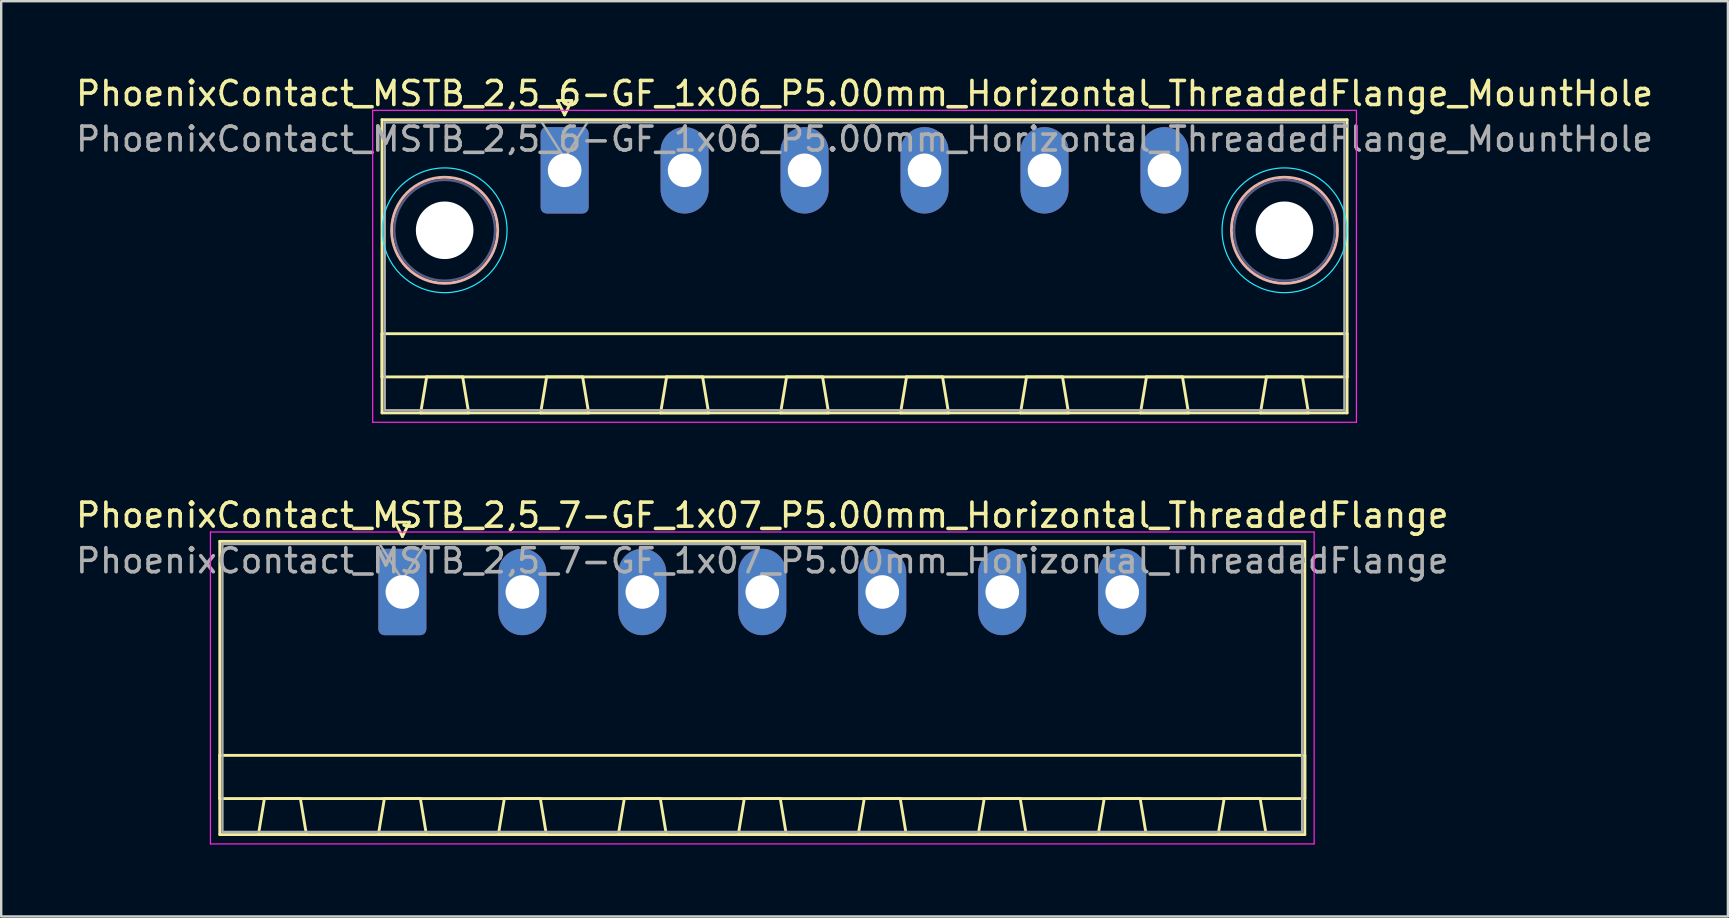
<source format=kicad_pcb>
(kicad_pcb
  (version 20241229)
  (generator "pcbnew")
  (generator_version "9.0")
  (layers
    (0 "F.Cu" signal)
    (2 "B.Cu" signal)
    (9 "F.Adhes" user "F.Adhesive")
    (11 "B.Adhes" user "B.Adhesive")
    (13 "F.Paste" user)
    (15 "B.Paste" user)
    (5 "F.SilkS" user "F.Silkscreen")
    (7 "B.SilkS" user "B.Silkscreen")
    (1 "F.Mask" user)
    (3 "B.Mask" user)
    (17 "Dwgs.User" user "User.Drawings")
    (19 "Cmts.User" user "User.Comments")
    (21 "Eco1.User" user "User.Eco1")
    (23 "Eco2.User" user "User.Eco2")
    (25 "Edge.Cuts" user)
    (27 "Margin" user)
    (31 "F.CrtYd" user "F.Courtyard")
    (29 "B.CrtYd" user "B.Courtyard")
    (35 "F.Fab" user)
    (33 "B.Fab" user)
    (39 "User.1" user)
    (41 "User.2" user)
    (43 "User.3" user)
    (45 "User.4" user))
  (footprint "PhoenixContact_MSTB_2,5_6-GF_1x06_P5.00mm_Horizontal_ThreadedFlange_MountHole"
    (layer "F.Cu")
    (at 20.482 4.048)
    (property "Reference" "PhoenixContact_MSTB_2,5_6-GF_1x06_P5.00mm_Horizontal_ThreadedFlange_MountHole" (at 12.5 -3.2 0) (layer "F.SilkS") (effects (font (size 1 1) (thickness 0.15))))
    (attr through_hole)
    (fp_line (start -7.61 -2.11) (end -7.61 10.11) (stroke (width 0.12) (type solid)) (layer "F.SilkS"))
    (fp_line (start -7.61 6.81) (end 32.61 6.81) (stroke (width 0.12) (type solid)) (layer "F.SilkS"))
    (fp_line (start -7.61 8.61) (end -7.61 6.81) (stroke (width 0.12) (type solid)) (layer "F.SilkS"))
    (fp_line (start -7.61 10.11) (end 32.61 10.11) (stroke (width 0.12) (type solid)) (layer "F.SilkS"))
    (fp_line (start -6 10.11) (end -4 10.11) (stroke (width 0.12) (type solid)) (layer "F.SilkS"))
    (fp_line (start -5.75 8.61) (end -6 10.11) (stroke (width 0.12) (type solid)) (layer "F.SilkS"))
    (fp_line (start -4.25 8.61) (end -5.75 8.61) (stroke (width 0.12) (type solid)) (layer "F.SilkS"))
    (fp_line (start -4 10.11) (end -4.25 8.61) (stroke (width 0.12) (type solid)) (layer "F.SilkS"))
    (fp_line (start -1 10.11) (end 1 10.11) (stroke (width 0.12) (type solid)) (layer "F.SilkS"))
    (fp_line (start -0.75 8.61) (end -1 10.11) (stroke (width 0.12) (type solid)) (layer "F.SilkS"))
    (fp_line (start -0.3 -2.91) (end 0.3 -2.91) (stroke (width 0.12) (type solid)) (layer "F.SilkS"))
    (fp_line (start 0 -2.31) (end -0.3 -2.91) (stroke (width 0.12) (type solid)) (layer "F.SilkS"))
    (fp_line (start 0.3 -2.91) (end 0 -2.31) (stroke (width 0.12) (type solid)) (layer "F.SilkS"))
    (fp_line (start 0.75 8.61) (end -0.75 8.61) (stroke (width 0.12) (type solid)) (layer "F.SilkS"))
    (fp_line (start 1 10.11) (end 0.75 8.61) (stroke (width 0.12) (type solid)) (layer "F.SilkS"))
    (fp_line (start 4 10.11) (end 6 10.11) (stroke (width 0.12) (type solid)) (layer "F.SilkS"))
    (fp_line (start 4.25 8.61) (end 4 10.11) (stroke (width 0.12) (type solid)) (layer "F.SilkS"))
    (fp_line (start 5.75 8.61) (end 4.25 8.61) (stroke (width 0.12) (type solid)) (layer "F.SilkS"))
    (fp_line (start 6 10.11) (end 5.75 8.61) (stroke (width 0.12) (type solid)) (layer "F.SilkS"))
    (fp_line (start 9 10.11) (end 11 10.11) (stroke (width 0.12) (type solid)) (layer "F.SilkS"))
    (fp_line (start 9.25 8.61) (end 9 10.11) (stroke (width 0.12) (type solid)) (layer "F.SilkS"))
    (fp_line (start 10.75 8.61) (end 9.25 8.61) (stroke (width 0.12) (type solid)) (layer "F.SilkS"))
    (fp_line (start 11 10.11) (end 10.75 8.61) (stroke (width 0.12) (type solid)) (layer "F.SilkS"))
    (fp_line (start 14 10.11) (end 16 10.11) (stroke (width 0.12) (type solid)) (layer "F.SilkS"))
    (fp_line (start 14.25 8.61) (end 14 10.11) (stroke (width 0.12) (type solid)) (layer "F.SilkS"))
    (fp_line (start 15.75 8.61) (end 14.25 8.61) (stroke (width 0.12) (type solid)) (layer "F.SilkS"))
    (fp_line (start 16 10.11) (end 15.75 8.61) (stroke (width 0.12) (type solid)) (layer "F.SilkS"))
    (fp_line (start 19 10.11) (end 21 10.11) (stroke (width 0.12) (type solid)) (layer "F.SilkS"))
    (fp_line (start 19.25 8.61) (end 19 10.11) (stroke (width 0.12) (type solid)) (layer "F.SilkS"))
    (fp_line (start 20.75 8.61) (end 19.25 8.61) (stroke (width 0.12) (type solid)) (layer "F.SilkS"))
    (fp_line (start 21 10.11) (end 20.75 8.61) (stroke (width 0.12) (type solid)) (layer "F.SilkS"))
    (fp_line (start 24 10.11) (end 26 10.11) (stroke (width 0.12) (type solid)) (layer "F.SilkS"))
    (fp_line (start 24.25 8.61) (end 24 10.11) (stroke (width 0.12) (type solid)) (layer "F.SilkS"))
    (fp_line (start 25.75 8.61) (end 24.25 8.61) (stroke (width 0.12) (type solid)) (layer "F.SilkS"))
    (fp_line (start 26 10.11) (end 25.75 8.61) (stroke (width 0.12) (type solid)) (layer "F.SilkS"))
    (fp_line (start 29 10.11) (end 31 10.11) (stroke (width 0.12) (type solid)) (layer "F.SilkS"))
    (fp_line (start 29.25 8.61) (end 29 10.11) (stroke (width 0.12) (type solid)) (layer "F.SilkS"))
    (fp_line (start 30.75 8.61) (end 29.25 8.61) (stroke (width 0.12) (type solid)) (layer "F.SilkS"))
    (fp_line (start 31 10.11) (end 30.75 8.61) (stroke (width 0.12) (type solid)) (layer "F.SilkS"))
    (fp_line (start 32.61 -2.11) (end -7.61 -2.11) (stroke (width 0.12) (type solid)) (layer "F.SilkS"))
    (fp_line (start 32.61 6.81) (end 32.61 8.61) (stroke (width 0.12) (type solid)) (layer "F.SilkS"))
    (fp_line (start 32.61 8.61) (end -7.61 8.61) (stroke (width 0.12) (type solid)) (layer "F.SilkS"))
    (fp_line (start 32.61 10.11) (end 32.61 -2.11) (stroke (width 0.12) (type solid)) (layer "F.SilkS"))
    (fp_circle (center -5 2.5) (end -2.79 2.5) (stroke (width 0.12) (type solid)) (fill no) (layer "B.SilkS"))
    (fp_circle (center 30 2.5) (end 32.21 2.5) (stroke (width 0.12) (type solid)) (fill no) (layer "B.SilkS"))
    (fp_circle (center -5 2.5) (end -2.4 2.5) (stroke (width 0.05) (type solid)) (fill no) (layer "B.CrtYd"))
    (fp_circle (center 30 2.5) (end 32.6 2.5) (stroke (width 0.05) (type solid)) (fill no) (layer "B.CrtYd"))
    (fp_line (start -8 -2.5) (end -8 10.5) (stroke (width 0.05) (type solid)) (layer "F.CrtYd"))
    (fp_line (start -8 10.5) (end 33 10.5) (stroke (width 0.05) (type solid)) (layer "F.CrtYd"))
    (fp_line (start 33 -2.5) (end -8 -2.5) (stroke (width 0.05) (type solid)) (layer "F.CrtYd"))
    (fp_line (start 33 10.5) (end 33 -2.5) (stroke (width 0.05) (type solid)) (layer "F.CrtYd"))
    (fp_circle (center -5 2.5) (end -2.9 2.5) (stroke (width 0.1) (type solid)) (fill no) (layer "B.Fab"))
    (fp_circle (center 30 2.5) (end 32.1 2.5) (stroke (width 0.1) (type solid)) (fill no) (layer "B.Fab"))
    (fp_line (start -7.5 -2) (end -7.5 10) (stroke (width 0.1) (type solid)) (layer "F.Fab"))
    (fp_line (start -7.5 10) (end 32.5 10) (stroke (width 0.1) (type solid)) (layer "F.Fab"))
    (fp_line (start 0 -0.5) (end -0.95 -2) (stroke (width 0.1) (type solid)) (layer "F.Fab"))
    (fp_line (start 0.95 -2) (end 0 -0.5) (stroke (width 0.1) (type solid)) (layer "F.Fab"))
    (fp_line (start 32.5 -2) (end -7.5 -2) (stroke (width 0.1) (type solid)) (layer "F.Fab"))
    (fp_line (start 32.5 10) (end 32.5 -2) (stroke (width 0.1) (type solid)) (layer "F.Fab"))
    (fp_text user "${REFERENCE}" (at 12.5 -1.3 0) (layer "F.Fab") (effects (font (size 1 1) (thickness 0.15))))
    (pad "" np_thru_hole circle (at -5 2.5) (size 2.4 2.4) (drill 2.4) (layers "*.Cu" "*.Mask"))
    (pad "" np_thru_hole circle (at 30 2.5) (size 2.4 2.4) (drill 2.4) (layers "*.Cu" "*.Mask"))
    (pad "1" thru_hole roundrect (at 0 0) (size 2 3.6) (drill 1.4) (layers "*.Cu" "*.Mask") (roundrect_rratio 0.125))
    (pad "2" thru_hole oval (at 5 0) (size 2 3.6) (drill 1.4) (layers "*.Cu" "*.Mask"))
    (pad "3" thru_hole oval (at 10 0) (size 2 3.6) (drill 1.4) (layers "*.Cu" "*.Mask"))
    (pad "4" thru_hole oval (at 15 0) (size 2 3.6) (drill 1.4) (layers "*.Cu" "*.Mask"))
    (pad "5" thru_hole oval (at 20 0) (size 2 3.6) (drill 1.4) (layers "*.Cu" "*.Mask"))
    (pad "6" thru_hole oval (at 25 0) (size 2 3.6) (drill 1.4) (layers "*.Cu" "*.Mask")))
  (footprint "PhoenixContact_MSTB_2,5_7-GF_1x07_P5.00mm_Horizontal_ThreadedFlange"
    (layer "F.Cu")
    (at 13.72 21.622)
    (property "Reference" "PhoenixContact_MSTB_2,5_7-GF_1x07_P5.00mm_Horizontal_ThreadedFlange" (at 15 -3.2 0) (layer "F.SilkS") (effects (font (size 1 1) (thickness 0.15))))
    (attr through_hole)
    (fp_line (start -7.61 -2.11) (end -7.61 10.11) (stroke (width 0.12) (type solid)) (layer "F.SilkS"))
    (fp_line (start -7.61 6.81) (end 37.61 6.81) (stroke (width 0.12) (type solid)) (layer "F.SilkS"))
    (fp_line (start -7.61 8.61) (end -7.61 6.81) (stroke (width 0.12) (type solid)) (layer "F.SilkS"))
    (fp_line (start -7.61 10.11) (end 37.61 10.11) (stroke (width 0.12) (type solid)) (layer "F.SilkS"))
    (fp_line (start -6 10.11) (end -4 10.11) (stroke (width 0.12) (type solid)) (layer "F.SilkS"))
    (fp_line (start -5.75 8.61) (end -6 10.11) (stroke (width 0.12) (type solid)) (layer "F.SilkS"))
    (fp_line (start -4.25 8.61) (end -5.75 8.61) (stroke (width 0.12) (type solid)) (layer "F.SilkS"))
    (fp_line (start -4 10.11) (end -4.25 8.61) (stroke (width 0.12) (type solid)) (layer "F.SilkS"))
    (fp_line (start -1 10.11) (end 1 10.11) (stroke (width 0.12) (type solid)) (layer "F.SilkS"))
    (fp_line (start -0.75 8.61) (end -1 10.11) (stroke (width 0.12) (type solid)) (layer "F.SilkS"))
    (fp_line (start -0.3 -2.91) (end 0.3 -2.91) (stroke (width 0.12) (type solid)) (layer "F.SilkS"))
    (fp_line (start 0 -2.31) (end -0.3 -2.91) (stroke (width 0.12) (type solid)) (layer "F.SilkS"))
    (fp_line (start 0.3 -2.91) (end 0 -2.31) (stroke (width 0.12) (type solid)) (layer "F.SilkS"))
    (fp_line (start 0.75 8.61) (end -0.75 8.61) (stroke (width 0.12) (type solid)) (layer "F.SilkS"))
    (fp_line (start 1 10.11) (end 0.75 8.61) (stroke (width 0.12) (type solid)) (layer "F.SilkS"))
    (fp_line (start 4 10.11) (end 6 10.11) (stroke (width 0.12) (type solid)) (layer "F.SilkS"))
    (fp_line (start 4.25 8.61) (end 4 10.11) (stroke (width 0.12) (type solid)) (layer "F.SilkS"))
    (fp_line (start 5.75 8.61) (end 4.25 8.61) (stroke (width 0.12) (type solid)) (layer "F.SilkS"))
    (fp_line (start 6 10.11) (end 5.75 8.61) (stroke (width 0.12) (type solid)) (layer "F.SilkS"))
    (fp_line (start 9 10.11) (end 11 10.11) (stroke (width 0.12) (type solid)) (layer "F.SilkS"))
    (fp_line (start 9.25 8.61) (end 9 10.11) (stroke (width 0.12) (type solid)) (layer "F.SilkS"))
    (fp_line (start 10.75 8.61) (end 9.25 8.61) (stroke (width 0.12) (type solid)) (layer "F.SilkS"))
    (fp_line (start 11 10.11) (end 10.75 8.61) (stroke (width 0.12) (type solid)) (layer "F.SilkS"))
    (fp_line (start 14 10.11) (end 16 10.11) (stroke (width 0.12) (type solid)) (layer "F.SilkS"))
    (fp_line (start 14.25 8.61) (end 14 10.11) (stroke (width 0.12) (type solid)) (layer "F.SilkS"))
    (fp_line (start 15.75 8.61) (end 14.25 8.61) (stroke (width 0.12) (type solid)) (layer "F.SilkS"))
    (fp_line (start 16 10.11) (end 15.75 8.61) (stroke (width 0.12) (type solid)) (layer "F.SilkS"))
    (fp_line (start 19 10.11) (end 21 10.11) (stroke (width 0.12) (type solid)) (layer "F.SilkS"))
    (fp_line (start 19.25 8.61) (end 19 10.11) (stroke (width 0.12) (type solid)) (layer "F.SilkS"))
    (fp_line (start 20.75 8.61) (end 19.25 8.61) (stroke (width 0.12) (type solid)) (layer "F.SilkS"))
    (fp_line (start 21 10.11) (end 20.75 8.61) (stroke (width 0.12) (type solid)) (layer "F.SilkS"))
    (fp_line (start 24 10.11) (end 26 10.11) (stroke (width 0.12) (type solid)) (layer "F.SilkS"))
    (fp_line (start 24.25 8.61) (end 24 10.11) (stroke (width 0.12) (type solid)) (layer "F.SilkS"))
    (fp_line (start 25.75 8.61) (end 24.25 8.61) (stroke (width 0.12) (type solid)) (layer "F.SilkS"))
    (fp_line (start 26 10.11) (end 25.75 8.61) (stroke (width 0.12) (type solid)) (layer "F.SilkS"))
    (fp_line (start 29 10.11) (end 31 10.11) (stroke (width 0.12) (type solid)) (layer "F.SilkS"))
    (fp_line (start 29.25 8.61) (end 29 10.11) (stroke (width 0.12) (type solid)) (layer "F.SilkS"))
    (fp_line (start 30.75 8.61) (end 29.25 8.61) (stroke (width 0.12) (type solid)) (layer "F.SilkS"))
    (fp_line (start 31 10.11) (end 30.75 8.61) (stroke (width 0.12) (type solid)) (layer "F.SilkS"))
    (fp_line (start 34 10.11) (end 36 10.11) (stroke (width 0.12) (type solid)) (layer "F.SilkS"))
    (fp_line (start 34.25 8.61) (end 34 10.11) (stroke (width 0.12) (type solid)) (layer "F.SilkS"))
    (fp_line (start 35.75 8.61) (end 34.25 8.61) (stroke (width 0.12) (type solid)) (layer "F.SilkS"))
    (fp_line (start 36 10.11) (end 35.75 8.61) (stroke (width 0.12) (type solid)) (layer "F.SilkS"))
    (fp_line (start 37.61 -2.11) (end -7.61 -2.11) (stroke (width 0.12) (type solid)) (layer "F.SilkS"))
    (fp_line (start 37.61 6.81) (end 37.61 8.61) (stroke (width 0.12) (type solid)) (layer "F.SilkS"))
    (fp_line (start 37.61 8.61) (end -7.61 8.61) (stroke (width 0.12) (type solid)) (layer "F.SilkS"))
    (fp_line (start 37.61 10.11) (end 37.61 -2.11) (stroke (width 0.12) (type solid)) (layer "F.SilkS"))
    (fp_line (start -8 -2.5) (end -8 10.5) (stroke (width 0.05) (type solid)) (layer "F.CrtYd"))
    (fp_line (start -8 10.5) (end 38 10.5) (stroke (width 0.05) (type solid)) (layer "F.CrtYd"))
    (fp_line (start 38 -2.5) (end -8 -2.5) (stroke (width 0.05) (type solid)) (layer "F.CrtYd"))
    (fp_line (start 38 10.5) (end 38 -2.5) (stroke (width 0.05) (type solid)) (layer "F.CrtYd"))
    (fp_line (start -7.5 -2) (end -7.5 10) (stroke (width 0.1) (type solid)) (layer "F.Fab"))
    (fp_line (start -7.5 10) (end 37.5 10) (stroke (width 0.1) (type solid)) (layer "F.Fab"))
    (fp_line (start 0 -0.5) (end -0.95 -2) (stroke (width 0.1) (type solid)) (layer "F.Fab"))
    (fp_line (start 0.95 -2) (end 0 -0.5) (stroke (width 0.1) (type solid)) (layer "F.Fab"))
    (fp_line (start 37.5 -2) (end -7.5 -2) (stroke (width 0.1) (type solid)) (layer "F.Fab"))
    (fp_line (start 37.5 10) (end 37.5 -2) (stroke (width 0.1) (type solid)) (layer "F.Fab"))
    (fp_text user "${REFERENCE}" (at 15 -1.3 0) (layer "F.Fab") (effects (font (size 1 1) (thickness 0.15))))
    (pad "1" thru_hole roundrect (at 0 0) (size 2 3.6) (drill 1.4) (layers "*.Cu" "*.Mask") (roundrect_rratio 0.125))
    (pad "2" thru_hole oval (at 5 0) (size 2 3.6) (drill 1.4) (layers "*.Cu" "*.Mask"))
    (pad "3" thru_hole oval (at 10 0) (size 2 3.6) (drill 1.4) (layers "*.Cu" "*.Mask"))
    (pad "4" thru_hole oval (at 15 0) (size 2 3.6) (drill 1.4) (layers "*.Cu" "*.Mask"))
    (pad "5" thru_hole oval (at 20 0) (size 2 3.6) (drill 1.4) (layers "*.Cu" "*.Mask"))
    (pad "6" thru_hole oval (at 25 0) (size 2 3.6) (drill 1.4) (layers "*.Cu" "*.Mask"))
    (pad "7" thru_hole oval (at 30 0) (size 2 3.6) (drill 1.4) (layers "*.Cu" "*.Mask")))
  (gr_rect
    (start -3 -3)
    (end 68.964 35.147)
    (stroke (width 0.1) (type default))
    (fill no)
    (layer "Edge.Cuts")))
</source>
